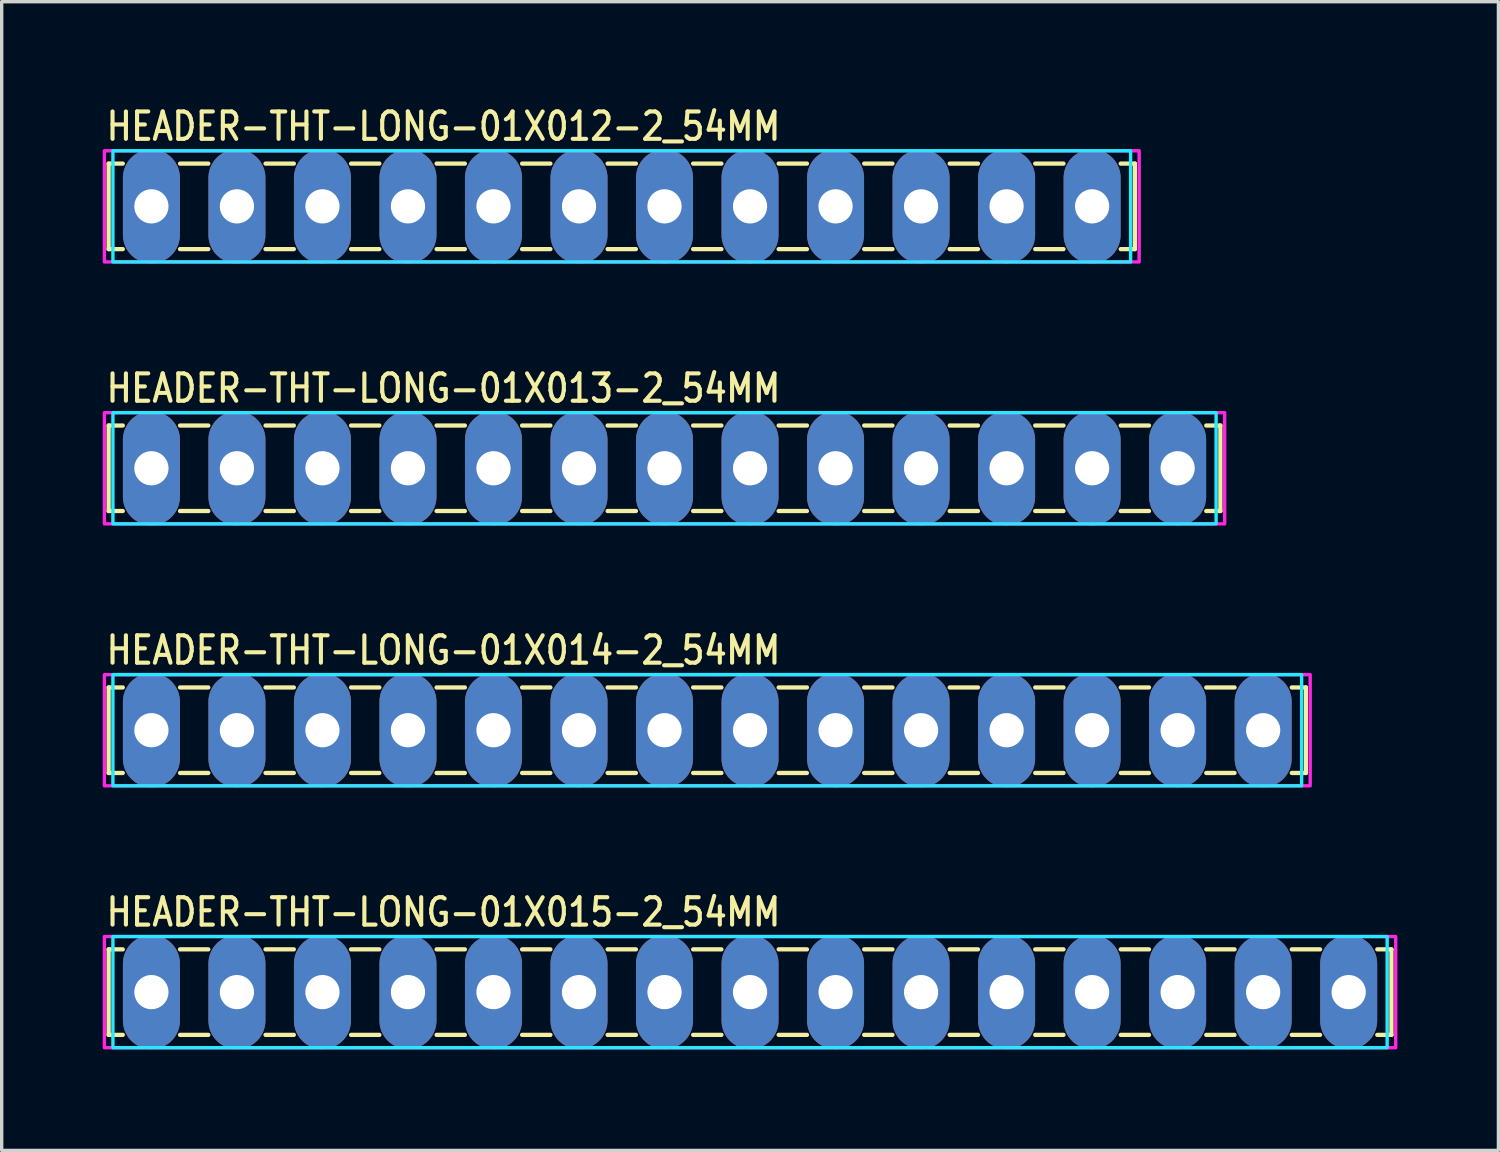
<source format=kicad_pcb>
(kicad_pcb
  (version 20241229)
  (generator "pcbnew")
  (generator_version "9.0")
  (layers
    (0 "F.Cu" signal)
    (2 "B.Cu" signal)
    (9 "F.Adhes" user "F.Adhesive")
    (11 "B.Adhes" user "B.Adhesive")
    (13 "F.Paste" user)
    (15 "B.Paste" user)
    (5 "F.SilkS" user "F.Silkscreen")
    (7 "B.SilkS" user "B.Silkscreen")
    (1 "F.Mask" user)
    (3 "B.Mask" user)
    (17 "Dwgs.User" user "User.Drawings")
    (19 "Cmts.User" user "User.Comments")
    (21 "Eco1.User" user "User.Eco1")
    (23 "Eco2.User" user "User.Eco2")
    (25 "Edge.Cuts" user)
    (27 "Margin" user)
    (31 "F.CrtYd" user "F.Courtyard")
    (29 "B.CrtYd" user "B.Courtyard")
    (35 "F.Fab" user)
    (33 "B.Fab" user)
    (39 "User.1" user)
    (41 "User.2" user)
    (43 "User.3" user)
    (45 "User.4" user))
  (footprint "HEADER-THT-LONG-01X012-2_54MM"
    (layer "F.Cu")
    (at 1.447 3.079)
    (property "Reference" "HEADER-THT-LONG-01X012-2_54MM" (at -1.4 -1.9 0) (unlocked yes) (layer "F.SilkS") (effects (font (size 0.813 0.695) (thickness 0.122)) (justify left bottom)))
    (fp_line (start -1.27 -1.27) (end -1.27 1.27) (stroke (width 0.127) (type solid)) (layer "F.SilkS"))
    (fp_line (start -1.27 1.27) (end -0.85 1.27) (stroke (width 0.127) (type solid)) (layer "F.SilkS"))
    (fp_line (start -0.85 -1.27) (end -1.27 -1.27) (stroke (width 0.127) (type solid)) (layer "F.SilkS"))
    (fp_line (start 0.85 -1.27) (end 1.69 -1.27) (stroke (width 0.127) (type solid)) (layer "F.SilkS"))
    (fp_line (start 0.85 1.27) (end 1.69 1.27) (stroke (width 0.127) (type solid)) (layer "F.SilkS"))
    (fp_line (start 3.39 -1.27) (end 4.23 -1.27) (stroke (width 0.127) (type solid)) (layer "F.SilkS"))
    (fp_line (start 3.39 1.27) (end 4.23 1.27) (stroke (width 0.127) (type solid)) (layer "F.SilkS"))
    (fp_line (start 5.93 -1.27) (end 6.77 -1.27) (stroke (width 0.127) (type solid)) (layer "F.SilkS"))
    (fp_line (start 5.93 1.27) (end 6.77 1.27) (stroke (width 0.127) (type solid)) (layer "F.SilkS"))
    (fp_line (start 8.47 -1.27) (end 9.31 -1.27) (stroke (width 0.127) (type solid)) (layer "F.SilkS"))
    (fp_line (start 8.47 1.27) (end 9.31 1.27) (stroke (width 0.127) (type solid)) (layer "F.SilkS"))
    (fp_line (start 11.01 -1.27) (end 11.85 -1.27) (stroke (width 0.127) (type solid)) (layer "F.SilkS"))
    (fp_line (start 11.01 1.27) (end 11.85 1.27) (stroke (width 0.127) (type solid)) (layer "F.SilkS"))
    (fp_line (start 13.55 -1.27) (end 14.39 -1.27) (stroke (width 0.127) (type solid)) (layer "F.SilkS"))
    (fp_line (start 13.55 1.27) (end 14.39 1.27) (stroke (width 0.127) (type solid)) (layer "F.SilkS"))
    (fp_line (start 16.09 -1.27) (end 16.93 -1.27) (stroke (width 0.127) (type solid)) (layer "F.SilkS"))
    (fp_line (start 16.09 1.27) (end 16.93 1.27) (stroke (width 0.127) (type solid)) (layer "F.SilkS"))
    (fp_line (start 18.63 -1.27) (end 19.47 -1.27) (stroke (width 0.127) (type solid)) (layer "F.SilkS"))
    (fp_line (start 18.63 1.27) (end 19.47 1.27) (stroke (width 0.127) (type solid)) (layer "F.SilkS"))
    (fp_line (start 21.17 -1.27) (end 22.01 -1.27) (stroke (width 0.127) (type solid)) (layer "F.SilkS"))
    (fp_line (start 21.17 1.27) (end 22.01 1.27) (stroke (width 0.127) (type solid)) (layer "F.SilkS"))
    (fp_line (start 23.71 -1.27) (end 24.55 -1.27) (stroke (width 0.127) (type solid)) (layer "F.SilkS"))
    (fp_line (start 23.71 1.27) (end 24.55 1.27) (stroke (width 0.127) (type solid)) (layer "F.SilkS"))
    (fp_line (start 26.25 -1.27) (end 27.09 -1.27) (stroke (width 0.127) (type solid)) (layer "F.SilkS"))
    (fp_line (start 26.25 1.27) (end 27.09 1.27) (stroke (width 0.127) (type solid)) (layer "F.SilkS"))
    (fp_line (start 28.79 -1.27) (end 29.21 -1.27) (stroke (width 0.127) (type solid)) (layer "F.SilkS"))
    (fp_line (start 29.21 -1.27) (end 29.21 1.27) (stroke (width 0.127) (type solid)) (layer "F.SilkS"))
    (fp_line (start 29.21 1.27) (end 28.79 1.27) (stroke (width 0.127) (type solid)) (layer "F.SilkS"))
    (fp_poly (pts (xy -1.143 -1.651) (xy 29.083 -1.651) (xy 29.083 1.651) (xy -1.143 1.651)) (stroke (width 0.1) (type solid)) (fill no) (layer "B.CrtYd"))
    (fp_poly (pts (xy -1.397 -1.651) (xy 29.337 -1.651) (xy 29.337 1.651) (xy -1.397 1.651)) (stroke (width 0.1) (type solid)) (fill no) (layer "F.CrtYd"))
    (pad "1" thru_hole oval (at 0 0 90) (size 3.387 1.693) (drill 1.016) (layers "*.Cu" "*.Mask"))
    (pad "2" thru_hole oval (at 2.54 0 90) (size 3.387 1.693) (drill 1.016) (layers "*.Cu" "*.Mask"))
    (pad "3" thru_hole oval (at 5.08 0 90) (size 3.387 1.693) (drill 1.016) (layers "*.Cu" "*.Mask"))
    (pad "4" thru_hole oval (at 7.62 0 90) (size 3.387 1.693) (drill 1.016) (layers "*.Cu" "*.Mask"))
    (pad "5" thru_hole oval (at 10.16 0 90) (size 3.387 1.693) (drill 1.016) (layers "*.Cu" "*.Mask"))
    (pad "6" thru_hole oval (at 12.7 0 90) (size 3.387 1.693) (drill 1.016) (layers "*.Cu" "*.Mask"))
    (pad "7" thru_hole oval (at 15.24 0 90) (size 3.387 1.693) (drill 1.016) (layers "*.Cu" "*.Mask"))
    (pad "8" thru_hole oval (at 17.78 0 90) (size 3.387 1.693) (drill 1.016) (layers "*.Cu" "*.Mask"))
    (pad "9" thru_hole oval (at 20.32 0 90) (size 3.387 1.693) (drill 1.016) (layers "*.Cu" "*.Mask"))
    (pad "10" thru_hole oval (at 22.86 0 90) (size 3.387 1.693) (drill 1.016) (layers "*.Cu" "*.Mask"))
    (pad "11" thru_hole oval (at 25.4 0 90) (size 3.387 1.693) (drill 1.016) (layers "*.Cu" "*.Mask"))
    (pad "12" thru_hole oval (at 27.94 0 90) (size 3.387 1.693) (drill 1.016) (layers "*.Cu" "*.Mask")))
  (footprint "HEADER-THT-LONG-01X014-2_54MM"
    (layer "F.Cu")
    (at 1.447 18.638)
    (property "Reference" "HEADER-THT-LONG-01X014-2_54MM" (at -1.4 -1.9 0) (unlocked yes) (layer "F.SilkS") (effects (font (size 0.813 0.695) (thickness 0.122)) (justify left bottom)))
    (fp_line (start -1.27 -1.27) (end -1.27 1.27) (stroke (width 0.127) (type solid)) (layer "F.SilkS"))
    (fp_line (start -1.27 1.27) (end -0.85 1.27) (stroke (width 0.127) (type solid)) (layer "F.SilkS"))
    (fp_line (start -0.85 -1.27) (end -1.27 -1.27) (stroke (width 0.127) (type solid)) (layer "F.SilkS"))
    (fp_line (start 0.85 -1.27) (end 1.69 -1.27) (stroke (width 0.127) (type solid)) (layer "F.SilkS"))
    (fp_line (start 0.85 1.27) (end 1.69 1.27) (stroke (width 0.127) (type solid)) (layer "F.SilkS"))
    (fp_line (start 3.39 -1.27) (end 4.23 -1.27) (stroke (width 0.127) (type solid)) (layer "F.SilkS"))
    (fp_line (start 3.39 1.27) (end 4.23 1.27) (stroke (width 0.127) (type solid)) (layer "F.SilkS"))
    (fp_line (start 5.93 -1.27) (end 6.77 -1.27) (stroke (width 0.127) (type solid)) (layer "F.SilkS"))
    (fp_line (start 5.93 1.27) (end 6.77 1.27) (stroke (width 0.127) (type solid)) (layer "F.SilkS"))
    (fp_line (start 8.47 -1.27) (end 9.31 -1.27) (stroke (width 0.127) (type solid)) (layer "F.SilkS"))
    (fp_line (start 8.47 1.27) (end 9.31 1.27) (stroke (width 0.127) (type solid)) (layer "F.SilkS"))
    (fp_line (start 11.01 -1.27) (end 11.85 -1.27) (stroke (width 0.127) (type solid)) (layer "F.SilkS"))
    (fp_line (start 11.01 1.27) (end 11.85 1.27) (stroke (width 0.127) (type solid)) (layer "F.SilkS"))
    (fp_line (start 13.55 -1.27) (end 14.39 -1.27) (stroke (width 0.127) (type solid)) (layer "F.SilkS"))
    (fp_line (start 13.55 1.27) (end 14.39 1.27) (stroke (width 0.127) (type solid)) (layer "F.SilkS"))
    (fp_line (start 16.09 -1.27) (end 16.93 -1.27) (stroke (width 0.127) (type solid)) (layer "F.SilkS"))
    (fp_line (start 16.09 1.27) (end 16.93 1.27) (stroke (width 0.127) (type solid)) (layer "F.SilkS"))
    (fp_line (start 18.63 -1.27) (end 19.47 -1.27) (stroke (width 0.127) (type solid)) (layer "F.SilkS"))
    (fp_line (start 18.63 1.27) (end 19.47 1.27) (stroke (width 0.127) (type solid)) (layer "F.SilkS"))
    (fp_line (start 21.17 -1.27) (end 22.01 -1.27) (stroke (width 0.127) (type solid)) (layer "F.SilkS"))
    (fp_line (start 21.17 1.27) (end 22.01 1.27) (stroke (width 0.127) (type solid)) (layer "F.SilkS"))
    (fp_line (start 23.71 -1.27) (end 24.55 -1.27) (stroke (width 0.127) (type solid)) (layer "F.SilkS"))
    (fp_line (start 23.71 1.27) (end 24.55 1.27) (stroke (width 0.127) (type solid)) (layer "F.SilkS"))
    (fp_line (start 26.25 -1.27) (end 27.09 -1.27) (stroke (width 0.127) (type solid)) (layer "F.SilkS"))
    (fp_line (start 26.25 1.27) (end 27.09 1.27) (stroke (width 0.127) (type solid)) (layer "F.SilkS"))
    (fp_line (start 28.79 -1.27) (end 29.63 -1.27) (stroke (width 0.127) (type solid)) (layer "F.SilkS"))
    (fp_line (start 28.79 1.27) (end 29.63 1.27) (stroke (width 0.127) (type solid)) (layer "F.SilkS"))
    (fp_line (start 31.33 -1.27) (end 32.17 -1.27) (stroke (width 0.127) (type solid)) (layer "F.SilkS"))
    (fp_line (start 31.33 1.27) (end 32.17 1.27) (stroke (width 0.127) (type solid)) (layer "F.SilkS"))
    (fp_line (start 33.87 -1.27) (end 34.29 -1.27) (stroke (width 0.127) (type solid)) (layer "F.SilkS"))
    (fp_line (start 34.29 -1.27) (end 34.29 1.27) (stroke (width 0.127) (type solid)) (layer "F.SilkS"))
    (fp_line (start 34.29 1.27) (end 33.87 1.27) (stroke (width 0.127) (type solid)) (layer "F.SilkS"))
    (fp_poly (pts (xy -1.143 -1.651) (xy 34.163 -1.651) (xy 34.163 1.651) (xy -1.143 1.651)) (stroke (width 0.1) (type solid)) (fill no) (layer "B.CrtYd"))
    (fp_poly (pts (xy -1.397 -1.651) (xy 34.417 -1.651) (xy 34.417 1.651) (xy -1.397 1.651)) (stroke (width 0.1) (type solid)) (fill no) (layer "F.CrtYd"))
    (pad "1" thru_hole oval (at 0 0 90) (size 3.387 1.693) (drill 1.016) (layers "*.Cu" "*.Mask"))
    (pad "2" thru_hole oval (at 2.54 0 90) (size 3.387 1.693) (drill 1.016) (layers "*.Cu" "*.Mask"))
    (pad "3" thru_hole oval (at 5.08 0 90) (size 3.387 1.693) (drill 1.016) (layers "*.Cu" "*.Mask"))
    (pad "4" thru_hole oval (at 7.62 0 90) (size 3.387 1.693) (drill 1.016) (layers "*.Cu" "*.Mask"))
    (pad "5" thru_hole oval (at 10.16 0 90) (size 3.387 1.693) (drill 1.016) (layers "*.Cu" "*.Mask"))
    (pad "6" thru_hole oval (at 12.7 0 90) (size 3.387 1.693) (drill 1.016) (layers "*.Cu" "*.Mask"))
    (pad "7" thru_hole oval (at 15.24 0 90) (size 3.387 1.693) (drill 1.016) (layers "*.Cu" "*.Mask"))
    (pad "8" thru_hole oval (at 17.78 0 90) (size 3.387 1.693) (drill 1.016) (layers "*.Cu" "*.Mask"))
    (pad "9" thru_hole oval (at 20.32 0 90) (size 3.387 1.693) (drill 1.016) (layers "*.Cu" "*.Mask"))
    (pad "10" thru_hole oval (at 22.86 0 90) (size 3.387 1.693) (drill 1.016) (layers "*.Cu" "*.Mask"))
    (pad "11" thru_hole oval (at 25.4 0 90) (size 3.387 1.693) (drill 1.016) (layers "*.Cu" "*.Mask"))
    (pad "12" thru_hole oval (at 27.94 0 90) (size 3.387 1.693) (drill 1.016) (layers "*.Cu" "*.Mask"))
    (pad "13" thru_hole oval (at 30.48 0 90) (size 3.387 1.693) (drill 1.016) (layers "*.Cu" "*.Mask"))
    (pad "14" thru_hole oval (at 33.02 0 90) (size 3.387 1.693) (drill 1.016) (layers "*.Cu" "*.Mask")))
  (footprint "HEADER-THT-LONG-01X015-2_54MM"
    (layer "F.Cu")
    (at 1.447 26.417)
    (property "Reference" "HEADER-THT-LONG-01X015-2_54MM" (at -1.4 -1.9 0) (unlocked yes) (layer "F.SilkS") (effects (font (size 0.813 0.695) (thickness 0.122)) (justify left bottom)))
    (fp_line (start -1.27 -1.27) (end -1.27 1.27) (stroke (width 0.127) (type solid)) (layer "F.SilkS"))
    (fp_line (start -1.27 1.27) (end -0.85 1.27) (stroke (width 0.127) (type solid)) (layer "F.SilkS"))
    (fp_line (start -0.85 -1.27) (end -1.27 -1.27) (stroke (width 0.127) (type solid)) (layer "F.SilkS"))
    (fp_line (start 0.85 -1.27) (end 1.69 -1.27) (stroke (width 0.127) (type solid)) (layer "F.SilkS"))
    (fp_line (start 0.85 1.27) (end 1.69 1.27) (stroke (width 0.127) (type solid)) (layer "F.SilkS"))
    (fp_line (start 3.39 -1.27) (end 4.23 -1.27) (stroke (width 0.127) (type solid)) (layer "F.SilkS"))
    (fp_line (start 3.39 1.27) (end 4.23 1.27) (stroke (width 0.127) (type solid)) (layer "F.SilkS"))
    (fp_line (start 5.93 -1.27) (end 6.77 -1.27) (stroke (width 0.127) (type solid)) (layer "F.SilkS"))
    (fp_line (start 5.93 1.27) (end 6.77 1.27) (stroke (width 0.127) (type solid)) (layer "F.SilkS"))
    (fp_line (start 8.47 -1.27) (end 9.31 -1.27) (stroke (width 0.127) (type solid)) (layer "F.SilkS"))
    (fp_line (start 8.47 1.27) (end 9.31 1.27) (stroke (width 0.127) (type solid)) (layer "F.SilkS"))
    (fp_line (start 11.01 -1.27) (end 11.85 -1.27) (stroke (width 0.127) (type solid)) (layer "F.SilkS"))
    (fp_line (start 11.01 1.27) (end 11.85 1.27) (stroke (width 0.127) (type solid)) (layer "F.SilkS"))
    (fp_line (start 13.55 -1.27) (end 14.39 -1.27) (stroke (width 0.127) (type solid)) (layer "F.SilkS"))
    (fp_line (start 13.55 1.27) (end 14.39 1.27) (stroke (width 0.127) (type solid)) (layer "F.SilkS"))
    (fp_line (start 16.09 -1.27) (end 16.93 -1.27) (stroke (width 0.127) (type solid)) (layer "F.SilkS"))
    (fp_line (start 16.09 1.27) (end 16.93 1.27) (stroke (width 0.127) (type solid)) (layer "F.SilkS"))
    (fp_line (start 18.63 -1.27) (end 19.47 -1.27) (stroke (width 0.127) (type solid)) (layer "F.SilkS"))
    (fp_line (start 18.63 1.27) (end 19.47 1.27) (stroke (width 0.127) (type solid)) (layer "F.SilkS"))
    (fp_line (start 21.17 -1.27) (end 22.01 -1.27) (stroke (width 0.127) (type solid)) (layer "F.SilkS"))
    (fp_line (start 21.17 1.27) (end 22.01 1.27) (stroke (width 0.127) (type solid)) (layer "F.SilkS"))
    (fp_line (start 23.71 -1.27) (end 24.55 -1.27) (stroke (width 0.127) (type solid)) (layer "F.SilkS"))
    (fp_line (start 23.71 1.27) (end 24.55 1.27) (stroke (width 0.127) (type solid)) (layer "F.SilkS"))
    (fp_line (start 26.25 -1.27) (end 27.09 -1.27) (stroke (width 0.127) (type solid)) (layer "F.SilkS"))
    (fp_line (start 26.25 1.27) (end 27.09 1.27) (stroke (width 0.127) (type solid)) (layer "F.SilkS"))
    (fp_line (start 28.79 -1.27) (end 29.63 -1.27) (stroke (width 0.127) (type solid)) (layer "F.SilkS"))
    (fp_line (start 28.79 1.27) (end 29.63 1.27) (stroke (width 0.127) (type solid)) (layer "F.SilkS"))
    (fp_line (start 31.33 -1.27) (end 32.17 -1.27) (stroke (width 0.127) (type solid)) (layer "F.SilkS"))
    (fp_line (start 31.33 1.27) (end 32.17 1.27) (stroke (width 0.127) (type solid)) (layer "F.SilkS"))
    (fp_line (start 33.87 -1.27) (end 34.71 -1.27) (stroke (width 0.127) (type solid)) (layer "F.SilkS"))
    (fp_line (start 33.87 1.27) (end 34.71 1.27) (stroke (width 0.127) (type solid)) (layer "F.SilkS"))
    (fp_line (start 36.41 -1.27) (end 36.83 -1.27) (stroke (width 0.127) (type solid)) (layer "F.SilkS"))
    (fp_line (start 36.83 -1.27) (end 36.83 1.27) (stroke (width 0.127) (type solid)) (layer "F.SilkS"))
    (fp_line (start 36.83 1.27) (end 36.41 1.27) (stroke (width 0.127) (type solid)) (layer "F.SilkS"))
    (fp_poly (pts (xy -1.143 -1.651) (xy 36.703 -1.651) (xy 36.703 1.651) (xy -1.143 1.651)) (stroke (width 0.1) (type solid)) (fill no) (layer "B.CrtYd"))
    (fp_poly (pts (xy -1.397 -1.651) (xy 36.957 -1.651) (xy 36.957 1.651) (xy -1.397 1.651)) (stroke (width 0.1) (type solid)) (fill no) (layer "F.CrtYd"))
    (pad "1" thru_hole oval (at 0 0 90) (size 3.387 1.693) (drill 1.016) (layers "*.Cu" "*.Mask"))
    (pad "2" thru_hole oval (at 2.54 0 90) (size 3.387 1.693) (drill 1.016) (layers "*.Cu" "*.Mask"))
    (pad "3" thru_hole oval (at 5.08 0 90) (size 3.387 1.693) (drill 1.016) (layers "*.Cu" "*.Mask"))
    (pad "4" thru_hole oval (at 7.62 0 90) (size 3.387 1.693) (drill 1.016) (layers "*.Cu" "*.Mask"))
    (pad "5" thru_hole oval (at 10.16 0 90) (size 3.387 1.693) (drill 1.016) (layers "*.Cu" "*.Mask"))
    (pad "6" thru_hole oval (at 12.7 0 90) (size 3.387 1.693) (drill 1.016) (layers "*.Cu" "*.Mask"))
    (pad "7" thru_hole oval (at 15.24 0 90) (size 3.387 1.693) (drill 1.016) (layers "*.Cu" "*.Mask"))
    (pad "8" thru_hole oval (at 17.78 0 90) (size 3.387 1.693) (drill 1.016) (layers "*.Cu" "*.Mask"))
    (pad "9" thru_hole oval (at 20.32 0 90) (size 3.387 1.693) (drill 1.016) (layers "*.Cu" "*.Mask"))
    (pad "10" thru_hole oval (at 22.86 0 90) (size 3.387 1.693) (drill 1.016) (layers "*.Cu" "*.Mask"))
    (pad "11" thru_hole oval (at 25.4 0 90) (size 3.387 1.693) (drill 1.016) (layers "*.Cu" "*.Mask"))
    (pad "12" thru_hole oval (at 27.94 0 90) (size 3.387 1.693) (drill 1.016) (layers "*.Cu" "*.Mask"))
    (pad "13" thru_hole oval (at 30.48 0 90) (size 3.387 1.693) (drill 1.016) (layers "*.Cu" "*.Mask"))
    (pad "14" thru_hole oval (at 33.02 0 90) (size 3.387 1.693) (drill 1.016) (layers "*.Cu" "*.Mask"))
    (pad "15" thru_hole oval (at 35.56 0 90) (size 3.387 1.693) (drill 1.016) (layers "*.Cu" "*.Mask")))
  (footprint "HEADER-THT-LONG-01X013-2_54MM"
    (layer "F.Cu")
    (at 1.447 10.858)
    (property "Reference" "HEADER-THT-LONG-01X013-2_54MM" (at -1.4 -1.9 0) (unlocked yes) (layer "F.SilkS") (effects (font (size 0.813 0.695) (thickness 0.122)) (justify left bottom)))
    (fp_line (start -1.27 -1.27) (end -1.27 1.27) (stroke (width 0.127) (type solid)) (layer "F.SilkS"))
    (fp_line (start -1.27 1.27) (end -0.85 1.27) (stroke (width 0.127) (type solid)) (layer "F.SilkS"))
    (fp_line (start -0.85 -1.27) (end -1.27 -1.27) (stroke (width 0.127) (type solid)) (layer "F.SilkS"))
    (fp_line (start 0.85 -1.27) (end 1.69 -1.27) (stroke (width 0.127) (type solid)) (layer "F.SilkS"))
    (fp_line (start 0.85 1.27) (end 1.69 1.27) (stroke (width 0.127) (type solid)) (layer "F.SilkS"))
    (fp_line (start 3.39 -1.27) (end 4.23 -1.27) (stroke (width 0.127) (type solid)) (layer "F.SilkS"))
    (fp_line (start 3.39 1.27) (end 4.23 1.27) (stroke (width 0.127) (type solid)) (layer "F.SilkS"))
    (fp_line (start 5.93 -1.27) (end 6.77 -1.27) (stroke (width 0.127) (type solid)) (layer "F.SilkS"))
    (fp_line (start 5.93 1.27) (end 6.77 1.27) (stroke (width 0.127) (type solid)) (layer "F.SilkS"))
    (fp_line (start 8.47 -1.27) (end 9.31 -1.27) (stroke (width 0.127) (type solid)) (layer "F.SilkS"))
    (fp_line (start 8.47 1.27) (end 9.31 1.27) (stroke (width 0.127) (type solid)) (layer "F.SilkS"))
    (fp_line (start 11.01 -1.27) (end 11.85 -1.27) (stroke (width 0.127) (type solid)) (layer "F.SilkS"))
    (fp_line (start 11.01 1.27) (end 11.85 1.27) (stroke (width 0.127) (type solid)) (layer "F.SilkS"))
    (fp_line (start 13.55 -1.27) (end 14.39 -1.27) (stroke (width 0.127) (type solid)) (layer "F.SilkS"))
    (fp_line (start 13.55 1.27) (end 14.39 1.27) (stroke (width 0.127) (type solid)) (layer "F.SilkS"))
    (fp_line (start 16.09 -1.27) (end 16.93 -1.27) (stroke (width 0.127) (type solid)) (layer "F.SilkS"))
    (fp_line (start 16.09 1.27) (end 16.93 1.27) (stroke (width 0.127) (type solid)) (layer "F.SilkS"))
    (fp_line (start 18.63 -1.27) (end 19.47 -1.27) (stroke (width 0.127) (type solid)) (layer "F.SilkS"))
    (fp_line (start 18.63 1.27) (end 19.47 1.27) (stroke (width 0.127) (type solid)) (layer "F.SilkS"))
    (fp_line (start 21.17 -1.27) (end 22.01 -1.27) (stroke (width 0.127) (type solid)) (layer "F.SilkS"))
    (fp_line (start 21.17 1.27) (end 22.01 1.27) (stroke (width 0.127) (type solid)) (layer "F.SilkS"))
    (fp_line (start 23.71 -1.27) (end 24.55 -1.27) (stroke (width 0.127) (type solid)) (layer "F.SilkS"))
    (fp_line (start 23.71 1.27) (end 24.55 1.27) (stroke (width 0.127) (type solid)) (layer "F.SilkS"))
    (fp_line (start 26.25 -1.27) (end 27.09 -1.27) (stroke (width 0.127) (type solid)) (layer "F.SilkS"))
    (fp_line (start 26.25 1.27) (end 27.09 1.27) (stroke (width 0.127) (type solid)) (layer "F.SilkS"))
    (fp_line (start 28.79 -1.27) (end 29.63 -1.27) (stroke (width 0.127) (type solid)) (layer "F.SilkS"))
    (fp_line (start 28.79 1.27) (end 29.63 1.27) (stroke (width 0.127) (type solid)) (layer "F.SilkS"))
    (fp_line (start 31.33 -1.27) (end 31.75 -1.27) (stroke (width 0.127) (type solid)) (layer "F.SilkS"))
    (fp_line (start 31.75 -1.27) (end 31.75 1.27) (stroke (width 0.127) (type solid)) (layer "F.SilkS"))
    (fp_line (start 31.75 1.27) (end 31.33 1.27) (stroke (width 0.127) (type solid)) (layer "F.SilkS"))
    (fp_poly (pts (xy -1.143 -1.651) (xy 31.623 -1.651) (xy 31.623 1.651) (xy -1.143 1.651)) (stroke (width 0.1) (type solid)) (fill no) (layer "B.CrtYd"))
    (fp_poly (pts (xy -1.397 -1.651) (xy 31.877 -1.651) (xy 31.877 1.651) (xy -1.397 1.651)) (stroke (width 0.1) (type solid)) (fill no) (layer "F.CrtYd"))
    (pad "1" thru_hole oval (at 0 0 90) (size 3.387 1.693) (drill 1.016) (layers "*.Cu" "*.Mask"))
    (pad "2" thru_hole oval (at 2.54 0 90) (size 3.387 1.693) (drill 1.016) (layers "*.Cu" "*.Mask"))
    (pad "3" thru_hole oval (at 5.08 0 90) (size 3.387 1.693) (drill 1.016) (layers "*.Cu" "*.Mask"))
    (pad "4" thru_hole oval (at 7.62 0 90) (size 3.387 1.693) (drill 1.016) (layers "*.Cu" "*.Mask"))
    (pad "5" thru_hole oval (at 10.16 0 90) (size 3.387 1.693) (drill 1.016) (layers "*.Cu" "*.Mask"))
    (pad "6" thru_hole oval (at 12.7 0 90) (size 3.387 1.693) (drill 1.016) (layers "*.Cu" "*.Mask"))
    (pad "7" thru_hole oval (at 15.24 0 90) (size 3.387 1.693) (drill 1.016) (layers "*.Cu" "*.Mask"))
    (pad "8" thru_hole oval (at 17.78 0 90) (size 3.387 1.693) (drill 1.016) (layers "*.Cu" "*.Mask"))
    (pad "9" thru_hole oval (at 20.32 0 90) (size 3.387 1.693) (drill 1.016) (layers "*.Cu" "*.Mask"))
    (pad "10" thru_hole oval (at 22.86 0 90) (size 3.387 1.693) (drill 1.016) (layers "*.Cu" "*.Mask"))
    (pad "11" thru_hole oval (at 25.4 0 90) (size 3.387 1.693) (drill 1.016) (layers "*.Cu" "*.Mask"))
    (pad "12" thru_hole oval (at 27.94 0 90) (size 3.387 1.693) (drill 1.016) (layers "*.Cu" "*.Mask"))
    (pad "13" thru_hole oval (at 30.48 0 90) (size 3.387 1.693) (drill 1.016) (layers "*.Cu" "*.Mask")))
  (gr_rect
    (start -3 -3)
    (end 41.454 31.118)
    (stroke (width 0.1) (type default))
    (fill no)
    (layer "Edge.Cuts")))
</source>
